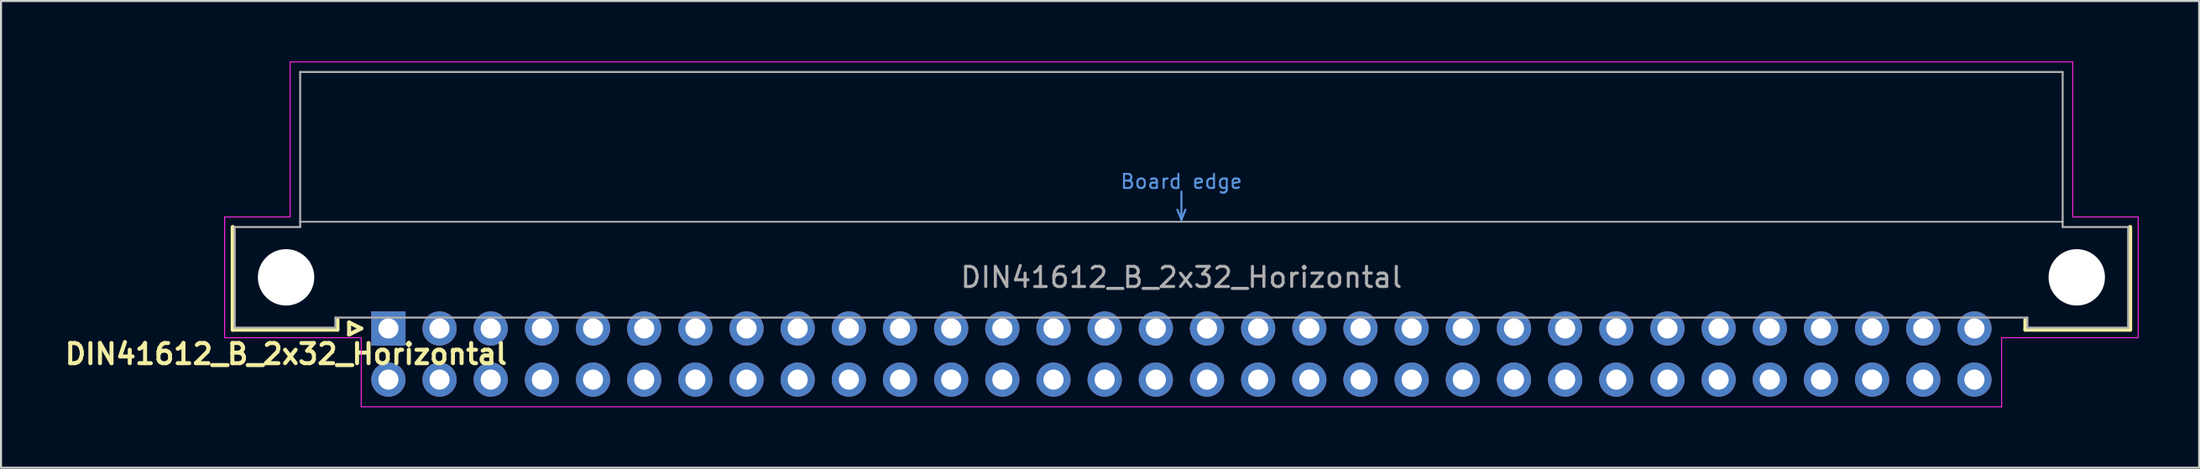
<source format=kicad_pcb>
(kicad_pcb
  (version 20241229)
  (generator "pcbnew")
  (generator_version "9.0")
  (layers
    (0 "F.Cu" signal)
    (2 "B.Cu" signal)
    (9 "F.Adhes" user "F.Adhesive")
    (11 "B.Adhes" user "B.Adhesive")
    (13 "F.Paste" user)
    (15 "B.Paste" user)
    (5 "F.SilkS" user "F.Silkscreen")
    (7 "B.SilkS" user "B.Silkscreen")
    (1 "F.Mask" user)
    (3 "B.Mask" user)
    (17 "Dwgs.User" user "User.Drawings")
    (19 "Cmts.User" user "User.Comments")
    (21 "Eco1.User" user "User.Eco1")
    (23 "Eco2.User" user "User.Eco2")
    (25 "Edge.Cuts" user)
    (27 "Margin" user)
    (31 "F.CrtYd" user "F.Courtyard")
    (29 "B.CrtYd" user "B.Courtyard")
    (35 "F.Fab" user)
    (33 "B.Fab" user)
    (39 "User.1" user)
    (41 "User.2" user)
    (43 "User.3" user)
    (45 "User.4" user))
  (footprint "DIN41612_B_2x32_Horizontal"
    (layer "F.Cu")
    (at 16.232 13.265)
    (property "Reference" "DIN41612_B_2x32_Horizontal" (at -5.08 1.27 0) (layer "F.SilkS") (effects (font (size 1 1) (thickness 0.2))))
    (attr through_hole)
    (fp_line (start -7.73 0.06) (end -7.73 -5.04) (stroke (width 0.2) (type solid)) (layer "F.SilkS"))
    (fp_line (start -2.53 -0.44) (end -2.53 0.06) (stroke (width 0.2) (type solid)) (layer "F.SilkS"))
    (fp_line (start -2.53 0.06) (end -7.73 0.06) (stroke (width 0.2) (type solid)) (layer "F.SilkS"))
    (fp_line (start -1.95 -0.3) (end -1.95 0.3) (stroke (width 0.2) (type solid)) (layer "F.SilkS"))
    (fp_line (start -1.95 0.3) (end -1.35 0) (stroke (width 0.2) (type solid)) (layer "F.SilkS"))
    (fp_line (start -1.35 0) (end -1.95 -0.3) (stroke (width 0.2) (type solid)) (layer "F.SilkS"))
    (fp_line (start 81.27 -0.44) (end 81.27 0.06) (stroke (width 0.2) (type solid)) (layer "F.SilkS"))
    (fp_line (start 81.27 0.06) (end 86.47 0.06) (stroke (width 0.2) (type solid)) (layer "F.SilkS"))
    (fp_line (start 86.47 0.06) (end 86.47 -5.04) (stroke (width 0.2) (type solid)) (layer "F.SilkS"))
    (fp_line (start -4.38 -5.3) (end 83.12 -5.3) (stroke (width 0.08) (type solid)) (layer "Dwgs.User"))
    (fp_line (start 39.17 -5.9) (end 39.37 -5.4) (stroke (width 0.1) (type solid)) (layer "Cmts.User"))
    (fp_line (start 39.37 -6.8) (end 39.37 -5.4) (stroke (width 0.1) (type solid)) (layer "Cmts.User"))
    (fp_line (start 39.37 -5.4) (end 39.57 -5.9) (stroke (width 0.1) (type solid)) (layer "Cmts.User"))
    (fp_line (start -8.13 -5.54) (end -4.88 -5.54) (stroke (width 0.05) (type solid)) (layer "F.CrtYd"))
    (fp_line (start -8.13 0.46) (end -8.13 -5.54) (stroke (width 0.05) (type solid)) (layer "F.CrtYd"))
    (fp_line (start -4.88 -13.24) (end 83.62 -13.24) (stroke (width 0.05) (type solid)) (layer "F.CrtYd"))
    (fp_line (start -4.88 -5.54) (end -4.88 -13.24) (stroke (width 0.05) (type solid)) (layer "F.CrtYd"))
    (fp_line (start -1.35 0.46) (end -8.13 0.46) (stroke (width 0.05) (type solid)) (layer "F.CrtYd"))
    (fp_line (start -1.35 3.89) (end -1.35 0.46) (stroke (width 0.05) (type solid)) (layer "F.CrtYd"))
    (fp_line (start 80.09 0.46) (end 80.09 3.89) (stroke (width 0.05) (type solid)) (layer "F.CrtYd"))
    (fp_line (start 80.09 3.89) (end -1.35 3.89) (stroke (width 0.05) (type solid)) (layer "F.CrtYd"))
    (fp_line (start 80.87 0.46) (end 80.09 0.46) (stroke (width 0.05) (type solid)) (layer "F.CrtYd"))
    (fp_line (start 83.62 -13.24) (end 83.62 -5.54) (stroke (width 0.05) (type solid)) (layer "F.CrtYd"))
    (fp_line (start 83.62 -5.54) (end 86.87 -5.54) (stroke (width 0.05) (type solid)) (layer "F.CrtYd"))
    (fp_line (start 86.87 -5.54) (end 86.87 0.46) (stroke (width 0.05) (type solid)) (layer "F.CrtYd"))
    (fp_line (start 86.87 0.46) (end 80.87 0.46) (stroke (width 0.05) (type solid)) (layer "F.CrtYd"))
    (fp_line (start -7.63 -5.04) (end -4.38 -5.04) (stroke (width 0.1) (type solid)) (layer "F.Fab"))
    (fp_line (start -7.63 -0.04) (end -7.63 -5.04) (stroke (width 0.1) (type solid)) (layer "F.Fab"))
    (fp_line (start -4.38 -12.74) (end 83.12 -12.74) (stroke (width 0.1) (type solid)) (layer "F.Fab"))
    (fp_line (start -4.38 -5.04) (end -4.38 -12.74) (stroke (width 0.1) (type solid)) (layer "F.Fab"))
    (fp_line (start -2.63 -0.54) (end -2.63 -0.04) (stroke (width 0.1) (type solid)) (layer "F.Fab"))
    (fp_line (start -2.63 -0.04) (end -7.63 -0.04) (stroke (width 0.1) (type solid)) (layer "F.Fab"))
    (fp_line (start 81.37 -0.54) (end -2.63 -0.54) (stroke (width 0.1) (type solid)) (layer "F.Fab"))
    (fp_line (start 81.37 -0.04) (end 81.37 -0.54) (stroke (width 0.1) (type solid)) (layer "F.Fab"))
    (fp_line (start 83.12 -12.74) (end 83.12 -5.04) (stroke (width 0.1) (type solid)) (layer "F.Fab"))
    (fp_line (start 83.12 -5.04) (end 86.37 -5.04) (stroke (width 0.1) (type solid)) (layer "F.Fab"))
    (fp_line (start 86.37 -5.04) (end 86.37 -0.04) (stroke (width 0.1) (type solid)) (layer "F.Fab"))
    (fp_line (start 86.37 -0.04) (end 81.37 -0.04) (stroke (width 0.1) (type solid)) (layer "F.Fab"))
    (fp_text user "Board edge" (at 39.37 -7.3 0) (layer "Cmts.User") (effects (font (size 0.7 0.7) (thickness 0.1))))
    (fp_text user "${REFERENCE}" (at 39.37 -2.54 0) (layer "F.Fab") (effects (font (size 1 1) (thickness 0.15))))
    (pad "" np_thru_hole circle (at -5.08 -2.54) (size 2.8 2.8) (drill 2.8) (layers "*.Cu" "*.Mask"))
    (pad "" np_thru_hole circle (at 83.82 -2.54) (size 2.8 2.8) (drill 2.8) (layers "*.Cu" "*.Mask"))
    (pad "a1" thru_hole rect (at 0 0) (size 1.7 1.7) (drill 1) (layers "*.Cu" "*.Mask"))
    (pad "a2" thru_hole circle (at 2.54 0) (size 1.7 1.7) (drill 1) (layers "*.Cu" "*.Mask"))
    (pad "a3" thru_hole circle (at 5.08 0) (size 1.7 1.7) (drill 1) (layers "*.Cu" "*.Mask"))
    (pad "a4" thru_hole circle (at 7.62 0) (size 1.7 1.7) (drill 1) (layers "*.Cu" "*.Mask"))
    (pad "a5" thru_hole circle (at 10.16 0) (size 1.7 1.7) (drill 1) (layers "*.Cu" "*.Mask"))
    (pad "a6" thru_hole circle (at 12.7 0) (size 1.7 1.7) (drill 1) (layers "*.Cu" "*.Mask"))
    (pad "a7" thru_hole circle (at 15.24 0) (size 1.7 1.7) (drill 1) (layers "*.Cu" "*.Mask"))
    (pad "a8" thru_hole circle (at 17.78 0) (size 1.7 1.7) (drill 1) (layers "*.Cu" "*.Mask"))
    (pad "a9" thru_hole circle (at 20.32 0) (size 1.7 1.7) (drill 1) (layers "*.Cu" "*.Mask"))
    (pad "a10" thru_hole circle (at 22.86 0) (size 1.7 1.7) (drill 1) (layers "*.Cu" "*.Mask"))
    (pad "a11" thru_hole circle (at 25.4 0) (size 1.7 1.7) (drill 1) (layers "*.Cu" "*.Mask"))
    (pad "a12" thru_hole circle (at 27.94 0) (size 1.7 1.7) (drill 1) (layers "*.Cu" "*.Mask"))
    (pad "a13" thru_hole circle (at 30.48 0) (size 1.7 1.7) (drill 1) (layers "*.Cu" "*.Mask"))
    (pad "a14" thru_hole circle (at 33.02 0) (size 1.7 1.7) (drill 1) (layers "*.Cu" "*.Mask"))
    (pad "a15" thru_hole circle (at 35.56 0) (size 1.7 1.7) (drill 1) (layers "*.Cu" "*.Mask"))
    (pad "a16" thru_hole circle (at 38.1 0) (size 1.7 1.7) (drill 1) (layers "*.Cu" "*.Mask"))
    (pad "a17" thru_hole circle (at 40.64 0) (size 1.7 1.7) (drill 1) (layers "*.Cu" "*.Mask"))
    (pad "a18" thru_hole circle (at 43.18 0) (size 1.7 1.7) (drill 1) (layers "*.Cu" "*.Mask"))
    (pad "a19" thru_hole circle (at 45.72 0) (size 1.7 1.7) (drill 1) (layers "*.Cu" "*.Mask"))
    (pad "a20" thru_hole circle (at 48.26 0) (size 1.7 1.7) (drill 1) (layers "*.Cu" "*.Mask"))
    (pad "a21" thru_hole circle (at 50.8 0) (size 1.7 1.7) (drill 1) (layers "*.Cu" "*.Mask"))
    (pad "a22" thru_hole circle (at 53.34 0) (size 1.7 1.7) (drill 1) (layers "*.Cu" "*.Mask"))
    (pad "a23" thru_hole circle (at 55.88 0) (size 1.7 1.7) (drill 1) (layers "*.Cu" "*.Mask"))
    (pad "a24" thru_hole circle (at 58.42 0) (size 1.7 1.7) (drill 1) (layers "*.Cu" "*.Mask"))
    (pad "a25" thru_hole circle (at 60.96 0) (size 1.7 1.7) (drill 1) (layers "*.Cu" "*.Mask"))
    (pad "a26" thru_hole circle (at 63.5 0) (size 1.7 1.7) (drill 1) (layers "*.Cu" "*.Mask"))
    (pad "a27" thru_hole circle (at 66.04 0) (size 1.7 1.7) (drill 1) (layers "*.Cu" "*.Mask"))
    (pad "a28" thru_hole circle (at 68.58 0) (size 1.7 1.7) (drill 1) (layers "*.Cu" "*.Mask"))
    (pad "a29" thru_hole circle (at 71.12 0) (size 1.7 1.7) (drill 1) (layers "*.Cu" "*.Mask"))
    (pad "a30" thru_hole circle (at 73.66 0) (size 1.7 1.7) (drill 1) (layers "*.Cu" "*.Mask"))
    (pad "a31" thru_hole circle (at 76.2 0) (size 1.7 1.7) (drill 1) (layers "*.Cu" "*.Mask"))
    (pad "a32" thru_hole circle (at 78.74 0) (size 1.7 1.7) (drill 1) (layers "*.Cu" "*.Mask"))
    (pad "b1" thru_hole circle (at 0 2.54) (size 1.7 1.7) (drill 1) (layers "*.Cu" "*.Mask"))
    (pad "b2" thru_hole circle (at 2.54 2.54) (size 1.7 1.7) (drill 1) (layers "*.Cu" "*.Mask"))
    (pad "b3" thru_hole circle (at 5.08 2.54) (size 1.7 1.7) (drill 1) (layers "*.Cu" "*.Mask"))
    (pad "b4" thru_hole circle (at 7.62 2.54) (size 1.7 1.7) (drill 1) (layers "*.Cu" "*.Mask"))
    (pad "b5" thru_hole circle (at 10.16 2.54) (size 1.7 1.7) (drill 1) (layers "*.Cu" "*.Mask"))
    (pad "b6" thru_hole circle (at 12.7 2.54) (size 1.7 1.7) (drill 1) (layers "*.Cu" "*.Mask"))
    (pad "b7" thru_hole circle (at 15.24 2.54) (size 1.7 1.7) (drill 1) (layers "*.Cu" "*.Mask"))
    (pad "b8" thru_hole circle (at 17.78 2.54) (size 1.7 1.7) (drill 1) (layers "*.Cu" "*.Mask"))
    (pad "b9" thru_hole circle (at 20.32 2.54) (size 1.7 1.7) (drill 1) (layers "*.Cu" "*.Mask"))
    (pad "b10" thru_hole circle (at 22.86 2.54) (size 1.7 1.7) (drill 1) (layers "*.Cu" "*.Mask"))
    (pad "b11" thru_hole circle (at 25.4 2.54) (size 1.7 1.7) (drill 1) (layers "*.Cu" "*.Mask"))
    (pad "b12" thru_hole circle (at 27.94 2.54) (size 1.7 1.7) (drill 1) (layers "*.Cu" "*.Mask"))
    (pad "b13" thru_hole circle (at 30.48 2.54) (size 1.7 1.7) (drill 1) (layers "*.Cu" "*.Mask"))
    (pad "b14" thru_hole circle (at 33.02 2.54) (size 1.7 1.7) (drill 1) (layers "*.Cu" "*.Mask"))
    (pad "b15" thru_hole circle (at 35.56 2.54) (size 1.7 1.7) (drill 1) (layers "*.Cu" "*.Mask"))
    (pad "b16" thru_hole circle (at 38.1 2.54) (size 1.7 1.7) (drill 1) (layers "*.Cu" "*.Mask"))
    (pad "b17" thru_hole circle (at 40.64 2.54) (size 1.7 1.7) (drill 1) (layers "*.Cu" "*.Mask"))
    (pad "b18" thru_hole circle (at 43.18 2.54) (size 1.7 1.7) (drill 1) (layers "*.Cu" "*.Mask"))
    (pad "b19" thru_hole circle (at 45.72 2.54) (size 1.7 1.7) (drill 1) (layers "*.Cu" "*.Mask"))
    (pad "b20" thru_hole circle (at 48.26 2.54) (size 1.7 1.7) (drill 1) (layers "*.Cu" "*.Mask"))
    (pad "b21" thru_hole circle (at 50.8 2.54) (size 1.7 1.7) (drill 1) (layers "*.Cu" "*.Mask"))
    (pad "b22" thru_hole circle (at 53.34 2.54) (size 1.7 1.7) (drill 1) (layers "*.Cu" "*.Mask"))
    (pad "b23" thru_hole circle (at 55.88 2.54) (size 1.7 1.7) (drill 1) (layers "*.Cu" "*.Mask"))
    (pad "b24" thru_hole circle (at 58.42 2.54) (size 1.7 1.7) (drill 1) (layers "*.Cu" "*.Mask"))
    (pad "b25" thru_hole circle (at 60.96 2.54) (size 1.7 1.7) (drill 1) (layers "*.Cu" "*.Mask"))
    (pad "b26" thru_hole circle (at 63.5 2.54) (size 1.7 1.7) (drill 1) (layers "*.Cu" "*.Mask"))
    (pad "b27" thru_hole circle (at 66.04 2.54) (size 1.7 1.7) (drill 1) (layers "*.Cu" "*.Mask"))
    (pad "b28" thru_hole circle (at 68.58 2.54) (size 1.7 1.7) (drill 1) (layers "*.Cu" "*.Mask"))
    (pad "b29" thru_hole circle (at 71.12 2.54) (size 1.7 1.7) (drill 1) (layers "*.Cu" "*.Mask"))
    (pad "b30" thru_hole circle (at 73.66 2.54) (size 1.7 1.7) (drill 1) (layers "*.Cu" "*.Mask"))
    (pad "b31" thru_hole circle (at 76.2 2.54) (size 1.7 1.7) (drill 1) (layers "*.Cu" "*.Mask"))
    (pad "b32" thru_hole circle (at 78.74 2.54) (size 1.7 1.7) (drill 1) (layers "*.Cu" "*.Mask")))
  (gr_rect
    (start -3 -3)
    (end 106.127 20.18)
    (stroke (width 0.1) (type default))
    (fill no)
    (layer "Edge.Cuts")))
</source>
